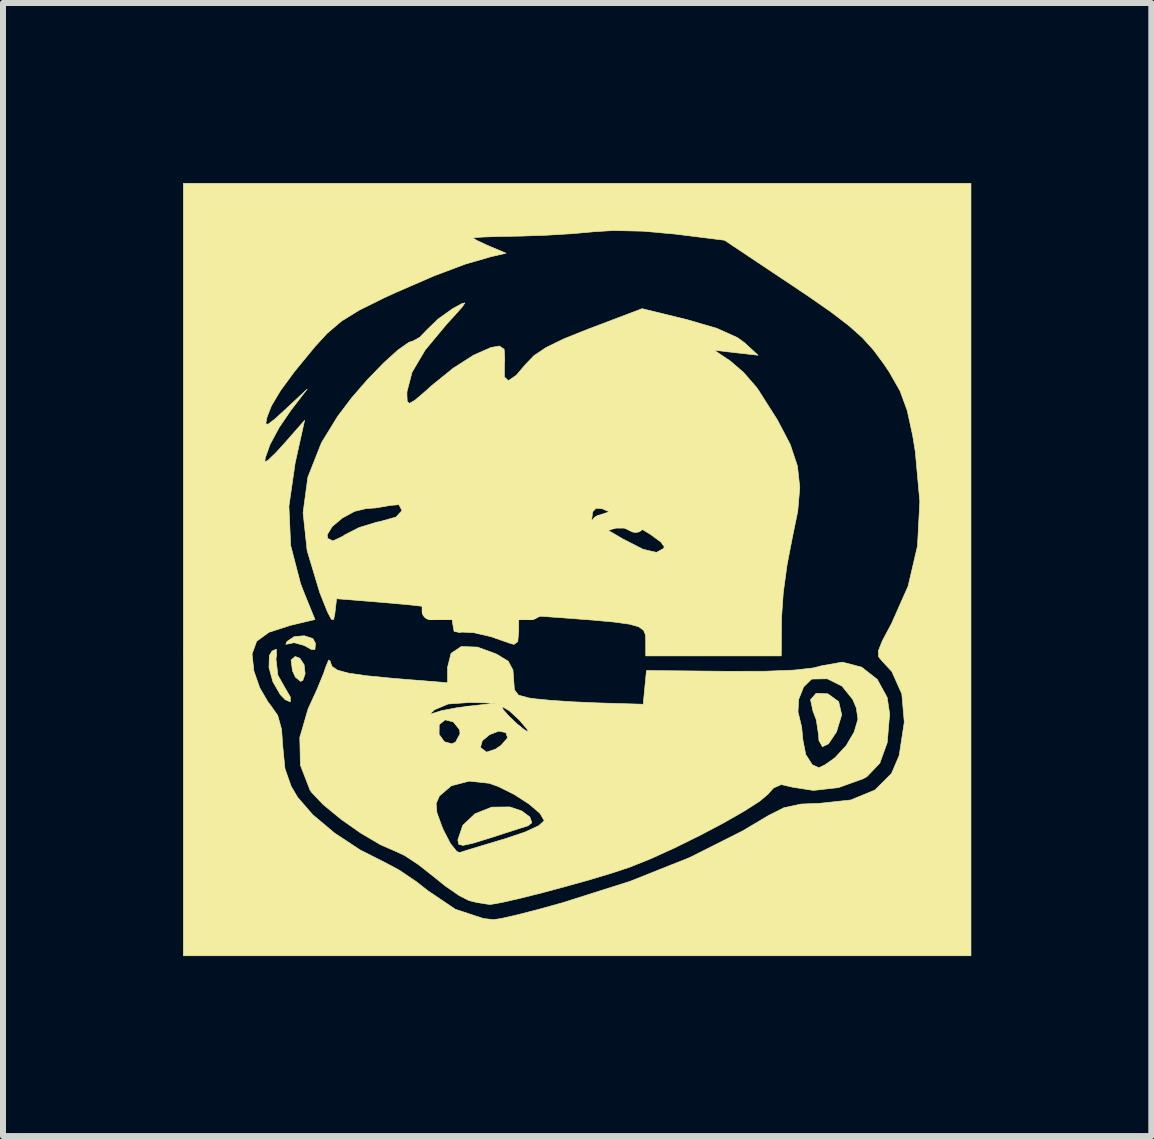
<source format=kicad_pcb>
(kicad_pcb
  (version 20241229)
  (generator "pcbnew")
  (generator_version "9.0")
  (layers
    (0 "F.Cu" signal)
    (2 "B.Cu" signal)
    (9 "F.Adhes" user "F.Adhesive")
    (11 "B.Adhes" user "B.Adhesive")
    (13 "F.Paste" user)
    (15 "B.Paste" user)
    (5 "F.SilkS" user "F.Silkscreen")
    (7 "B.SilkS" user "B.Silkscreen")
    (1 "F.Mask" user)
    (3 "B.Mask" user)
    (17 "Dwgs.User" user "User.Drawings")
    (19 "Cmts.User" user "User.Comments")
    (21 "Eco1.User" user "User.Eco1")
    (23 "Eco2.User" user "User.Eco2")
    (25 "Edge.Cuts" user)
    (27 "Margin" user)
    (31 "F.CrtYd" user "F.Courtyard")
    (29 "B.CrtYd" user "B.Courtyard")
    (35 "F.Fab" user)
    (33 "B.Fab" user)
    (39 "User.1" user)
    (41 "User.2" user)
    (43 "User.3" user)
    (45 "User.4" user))
  (footprint "LoGo"
    (layer "F.Cu")
    (at 6.524 6.44)
    (property "Reference" "LoGo" (at 0 0 0) (layer "F.SilkS") (effects (font (size 1.524 1.524) (thickness 0.3))))
    (attr through_hole)
    (fp_poly (pts (xy -4.578 1.478) (xy -4.507 1.586) (xy -4.49 1.737) (xy -4.529 1.847) (xy -4.566 1.863) (xy -4.652 1.793) (xy -4.701 1.687) (xy -4.724 1.508) (xy -4.656 1.448) (xy -4.578 1.478)) (stroke (width 0.01) (type solid)) (fill yes) (layer "F.SilkS"))
    (fp_poly (pts (xy -4.361 1.15) (xy -4.318 1.228) (xy -4.326 1.331) (xy -4.385 1.332) (xy -4.509 1.263) (xy -4.675 1.218) (xy -4.755 1.236) (xy -4.812 1.245) (xy -4.792 1.198) (xy -4.671 1.117) (xy -4.503 1.103) (xy -4.361 1.15)) (stroke (width 0.01) (type solid)) (fill yes) (layer "F.SilkS"))
    (fp_poly (pts (xy -4.965 1.427) (xy -4.976 1.487) (xy -4.944 1.761) (xy -4.835 1.954) (xy -4.737 2.123) (xy -4.737 2.204) (xy -4.821 2.169) (xy -4.904 2.083) (xy -5.027 1.87) (xy -5.092 1.632) (xy -5.086 1.433) (xy -5.042 1.358) (xy -4.97 1.326) (xy -4.965 1.427)) (stroke (width 0.01) (type solid)) (fill yes) (layer "F.SilkS"))
    (fp_poly (pts (xy 4.22 2.07) (xy 4.4 2.201) (xy 4.45 2.42) (xy 4.365 2.701) (xy 4.363 2.705) (xy 4.231 2.903) (xy 4.129 2.952) (xy 4.071 2.848) (xy 4.064 2.746) (xy 4.027 2.504) (xy 3.971 2.356) (xy 3.931 2.168) (xy 4.024 2.062) (xy 4.22 2.07)) (stroke (width 0.01) (type solid)) (fill yes) (layer "F.SilkS"))
    (fp_poly (pts (xy -0.879 4.023) (xy -0.746 4.122) (xy -0.712 4.218) (xy -0.774 4.268) (xy -0.911 4.311) (xy -1.153 4.389) (xy -1.418 4.475) (xy -1.702 4.562) (xy -1.861 4.596) (xy -1.93 4.578) (xy -1.945 4.509) (xy -1.945 4.503) (xy -1.863 4.261) (xy -1.66 4.069) (xy -1.381 3.958) (xy -1.078 3.955) (xy -0.879 4.023)) (stroke (width 0.01) (type solid)) (fill yes) (layer "F.SilkS"))
    (fp_poly (pts (xy 6.604 6.435) (xy -6.519 6.435) (xy -6.519 1.407) (xy -5.374 1.407) (xy -5.344 1.69) (xy -5.246 1.971) (xy -5.104 2.214) (xy -5.07 2.255) (xy -4.947 2.43) (xy -4.883 2.66) (xy -4.862 2.951) (xy -4.826 3.318) (xy -4.723 3.611) (xy -4.616 3.793) (xy -4.362 4.086) (xy -3.997 4.392) (xy -3.573 4.672) (xy -3.161 4.88) (xy -2.922 5.008) (xy -2.635 5.202) (xy -2.445 5.351) (xy -1.987 5.66) (xy -1.52 5.814) (xy -1.351 5.833) (xy -1.223 5.814) (xy -0.968 5.756) (xy -0.624 5.668) (xy -0.226 5.558) (xy -0.208 5.553) (xy 0.924 5.194) (xy 1.918 4.798) (xy 2.802 4.353) (xy 3.232 4.097) (xy 3.488 3.968) (xy 3.775 3.907) (xy 4.076 3.895) (xy 4.602 3.839) (xy 5.004 3.673) (xy 5.28 3.398) (xy 5.408 3.098) (xy 5.493 2.542) (xy 5.452 2.072) (xy 5.286 1.7) (xy 5.127 1.528) (xy 5.065 1.454) (xy 5.061 1.354) (xy 5.126 1.19) (xy 5.269 0.921) (xy 5.281 0.899) (xy 5.557 0.276) (xy 5.713 -0.393) (xy 5.752 -1.134) (xy 5.676 -1.97) (xy 5.632 -2.238) (xy 5.542 -2.65) (xy 5.423 -2.975) (xy 5.241 -3.294) (xy 5.143 -3.439) (xy 4.976 -3.663) (xy 4.795 -3.863) (xy 4.571 -4.063) (xy 4.276 -4.289) (xy 3.879 -4.565) (xy 3.636 -4.728) (xy 2.498 -5.487) (xy 1.674 -5.59) (xy 1.14 -5.638) (xy 0.645 -5.649) (xy 0.319 -5.629) (xy -0.029 -5.597) (xy -0.462 -5.571) (xy -0.893 -5.556) (xy -0.953 -5.555) (xy -1.283 -5.549) (xy -1.537 -5.54) (xy -1.678 -5.529) (xy -1.693 -5.525) (xy -1.624 -5.482) (xy -1.454 -5.403) (xy -1.418 -5.387) (xy -1.143 -5.271) (xy -1.397 -5.212) (xy -1.822 -5.089) (xy -2.345 -4.892) (xy -2.985 -4.614) (xy -3.175 -4.527) (xy -3.583 -4.325) (xy -3.882 -4.141) (xy -4.123 -3.936) (xy -4.324 -3.717) (xy -4.665 -3.302) (xy -4.901 -2.981) (xy -5.051 -2.729) (xy -5.125 -2.54) (xy -5.146 -2.434) (xy -5.111 -2.419) (xy -4.998 -2.505) (xy -4.82 -2.667) (xy -4.457 -3.006) (xy -4.724 -2.658) (xy -4.922 -2.368) (xy -5.074 -2.085) (xy -5.155 -1.86) (xy -5.161 -1.794) (xy -5.109 -1.82) (xy -4.978 -1.946) (xy -4.828 -2.111) (xy -4.499 -2.486) (xy -4.657 -1.772) (xy -4.76 -1.056) (xy -4.731 -0.402) (xy -4.565 0.238) (xy -4.504 0.395) (xy -4.326 0.832) (xy -4.739 0.931) (xy -5.093 1.045) (xy -5.298 1.195) (xy -5.374 1.407) (xy -6.519 1.407) (xy -6.519 -6.435) (xy 6.604 -6.435) (xy 6.604 6.435)) (stroke (width 0.01) (type solid)) (fill yes) (layer "F.SilkS"))
    (fp_poly (pts (xy -1.878 -4.369) (xy -2.034 -4.195) (xy -2.129 -4.092) (xy -2.49 -3.658) (xy -2.709 -3.287) (xy -2.793 -2.964) (xy -2.794 -2.917) (xy -2.789 -2.803) (xy -2.754 -2.768) (xy -2.661 -2.821) (xy -2.483 -2.973) (xy -2.374 -3.071) (xy -2.023 -3.355) (xy -1.684 -3.572) (xy -1.395 -3.7) (xy -1.253 -3.725) (xy -1.174 -3.671) (xy -1.163 -3.49) (xy -1.169 -3.429) (xy -1.17 -3.21) (xy -1.104 -3.147) (xy -0.97 -3.239) (xy -0.824 -3.411) (xy -0.681 -3.561) (xy -0.477 -3.699) (xy -0.178 -3.845) (xy 0.25 -4.016) (xy 0.257 -4.018) (xy 1.124 -4.347) (xy 1.867 -4.166) (xy 2.368 -4.02) (xy 2.713 -3.865) (xy 2.833 -3.778) (xy 3.057 -3.571) (xy 2.692 -3.612) (xy 2.328 -3.654) (xy 2.593 -3.476) (xy 2.814 -3.286) (xy 3.028 -3.04) (xy 3.068 -2.983) (xy 3.381 -2.49) (xy 3.593 -2.084) (xy 3.713 -1.724) (xy 3.752 -1.367) (xy 3.718 -0.973) (xy 3.623 -0.508) (xy 3.54 -0.079) (xy 3.477 0.384) (xy 3.449 0.788) (xy 3.448 0.826) (xy 3.443 1.439) (xy 1.185 1.439) (xy 1.185 1.191) (xy 1.18 1.086) (xy 1.148 1.009) (xy 1.065 0.952) (xy 0.909 0.909) (xy 0.654 0.874) (xy 0.278 0.84) (xy -0.233 0.802) (xy -0.931 0.75) (xy -0.931 1.019) (xy -0.947 1.2) (xy -1.01 1.247) (xy -1.079 1.228) (xy -1.397 1.117) (xy -1.684 1.051) (xy -1.883 1.042) (xy -1.913 1.05) (xy -2.008 1.029) (xy -2.032 0.897) (xy -2.045 0.796) (xy -2.102 0.721) (xy -2.228 0.666) (xy -2.449 0.622) (xy -2.789 0.584) (xy -3.234 0.545) (xy -3.966 0.486) (xy -3.994 0.73) (xy -4.015 0.833) (xy -4.053 0.829) (xy -4.12 0.701) (xy -4.227 0.432) (xy -4.247 0.381) (xy -4.457 -0.317) (xy -4.485 -0.581) (xy -4.122 -0.581) (xy -4.114 -0.52) (xy -4.026 -0.477) (xy -3.864 -0.554) (xy -3.825 -0.581) (xy -3.591 -0.7) (xy -3.3 -0.789) (xy -3.239 -0.801) (xy -3.171 -0.82) (xy 0.284 -0.82) (xy 0.313 -0.784) (xy 0.418 -0.731) (xy 0.619 -0.618) (xy 0.804 -0.51) (xy 1.14 -0.338) (xy 1.363 -0.286) (xy 1.482 -0.351) (xy 1.494 -0.381) (xy 1.438 -0.458) (xy 1.264 -0.586) (xy 1.008 -0.742) (xy 0.938 -0.78) (xy 0.642 -0.935) (xy 0.46 -1.013) (xy 0.36 -1.022) (xy 0.308 -0.972) (xy 0.299 -0.951) (xy 0.284 -0.82) (xy -3.171 -0.82) (xy -2.976 -0.875) (xy -2.879 -0.98) (xy -2.879 -0.991) (xy -2.928 -1.081) (xy -3.069 -1.069) (xy -3.313 -1.027) (xy -3.471 -1.017) (xy -3.666 -0.97) (xy -3.871 -0.858) (xy -4.038 -0.717) (xy -4.122 -0.581) (xy -4.485 -0.581) (xy -4.524 -0.947) (xy -4.445 -1.538) (xy -4.217 -2.115) (xy -3.945 -2.557) (xy -3.714 -2.862) (xy -3.45 -3.166) (xy -3.183 -3.441) (xy -2.944 -3.658) (xy -2.76 -3.787) (xy -2.688 -3.81) (xy -2.581 -3.87) (xy -2.455 -4) (xy -2.276 -4.173) (xy -2.043 -4.34) (xy -2.02 -4.354) (xy -1.877 -4.432) (xy -1.828 -4.443) (xy -1.878 -4.369)) (stroke (width 0.01) (type solid)) (fill yes) (layer "F.SilkS"))
    (fp_poly (pts (xy -1.617 1.292) (xy -1.304 1.407) (xy -1.107 1.526) (xy -1.027 1.674) (xy -1.016 1.825) (xy -1.003 2.003) (xy -0.934 2.093) (xy -0.762 2.139) (xy -0.656 2.154) (xy -0.397 2.179) (xy -0.039 2.203) (xy 0.35 2.22) (xy 0.423 2.223) (xy 1.143 2.244) (xy 1.17 1.963) (xy 1.197 1.682) (xy 2.525 1.695) (xy 3.174 1.694) (xy 3.659 1.675) (xy 3.984 1.638) (xy 4.113 1.604) (xy 4.461 1.542) (xy 4.783 1.626) (xy 5.043 1.83) (xy 5.208 2.131) (xy 5.249 2.404) (xy 5.209 2.883) (xy 5.085 3.226) (xy 4.872 3.449) (xy 4.806 3.486) (xy 4.397 3.633) (xy 3.978 3.68) (xy 3.637 3.627) (xy 3.443 3.582) (xy 3.313 3.64) (xy 3.22 3.745) (xy 3.08 3.862) (xy 2.82 4.028) (xy 2.474 4.226) (xy 2.076 4.435) (xy 1.663 4.639) (xy 1.269 4.818) (xy 0.928 4.955) (xy 0.909 4.962) (xy 0.623 5.056) (xy 0.259 5.166) (xy -0.145 5.279) (xy -0.55 5.388) (xy -0.919 5.48) (xy -1.213 5.547) (xy -1.394 5.579) (xy -1.42 5.58) (xy -1.621 5.549) (xy -1.758 5.516) (xy -1.923 5.432) (xy -2.155 5.272) (xy -2.352 5.113) (xy -2.602 4.916) (xy -2.833 4.764) (xy -2.965 4.702) (xy -3.234 4.585) (xy -3.56 4.393) (xy -3.892 4.16) (xy -4.182 3.922) (xy -4.206 3.898) (xy -2.307 3.898) (xy -2.294 4.051) (xy -2.208 4.287) (xy -2.184 4.343) (xy -2.069 4.565) (xy -1.963 4.697) (xy -1.914 4.715) (xy -1.793 4.676) (xy -1.555 4.604) (xy -1.247 4.511) (xy -1.164 4.487) (xy -0.825 4.373) (xy -0.598 4.268) (xy -0.508 4.185) (xy -0.508 4.18) (xy -0.578 4.061) (xy -0.759 3.907) (xy -1.004 3.748) (xy -1.268 3.616) (xy -1.423 3.561) (xy -1.758 3.525) (xy -2.054 3.603) (xy -2.252 3.772) (xy -2.307 3.898) (xy -4.206 3.898) (xy -4.38 3.715) (xy -4.408 3.675) (xy -4.569 3.259) (xy -4.575 2.958) (xy -1.568 2.958) (xy -1.563 2.969) (xy -1.468 3.042) (xy -1.32 2.993) (xy -1.223 2.927) (xy -1.116 2.803) (xy -1.146 2.716) (xy -1.263 2.692) (xy -1.415 2.75) (xy -1.538 2.852) (xy -1.568 2.958) (xy -4.575 2.958) (xy -4.579 2.796) (xy -4.564 2.746) (xy -2.258 2.746) (xy -2.17 2.869) (xy -2.043 2.903) (xy -1.983 2.874) (xy -1.909 2.736) (xy -1.917 2.667) (xy -2.022 2.538) (xy -2.158 2.504) (xy -2.256 2.584) (xy -2.256 2.585) (xy -2.258 2.746) (xy -4.564 2.746) (xy -4.466 2.409) (xy -2.412 2.409) (xy -2.371 2.399) (xy -2.218 2.351) (xy -1.964 2.303) (xy -1.837 2.286) (xy -1.205 2.286) (xy -1.191 2.333) (xy -1.094 2.442) (xy -0.959 2.571) (xy -0.832 2.673) (xy -0.768 2.707) (xy -0.795 2.655) (xy -0.906 2.525) (xy -0.931 2.498) (xy -1.063 2.375) (xy 3.722 2.375) (xy 3.734 2.419) (xy 3.783 2.625) (xy 3.804 2.841) (xy 3.851 3.081) (xy 3.96 3.252) (xy 4.07 3.302) (xy 4.169 3.255) (xy 4.332 3.14) (xy 4.337 3.136) (xy 4.525 2.933) (xy 4.658 2.706) (xy 4.721 2.492) (xy 4.693 2.302) (xy 4.634 2.164) (xy 4.456 1.942) (xy 4.211 1.82) (xy 3.959 1.824) (xy 3.942 1.831) (xy 3.816 1.955) (xy 3.733 2.164) (xy 3.722 2.375) (xy -1.063 2.375) (xy -1.086 2.354) (xy -1.198 2.287) (xy -1.205 2.286) (xy -1.837 2.286) (xy -1.778 2.278) (xy -1.312 2.226) (xy -1.741 2.214) (xy -2.107 2.24) (xy -2.333 2.335) (xy -2.412 2.409) (xy -4.466 2.409) (xy -4.439 2.317) (xy -4.415 2.266) (xy -4.286 1.984) (xy -4.181 1.726) (xy -4.149 1.631) (xy -4.099 1.508) (xy -4.072 1.526) (xy -4.071 1.535) (xy -4.043 1.614) (xy -3.95 1.676) (xy -3.77 1.725) (xy -3.477 1.768) (xy -3.049 1.81) (xy -2.856 1.826) (xy -2.117 1.886) (xy -2.117 1.629) (xy -2.058 1.395) (xy -1.888 1.282) (xy -1.617 1.292)) (stroke (width 0.01) (type solid)) (fill yes) (layer "F.SilkS")))
  (gr_rect
    (start -3 -3)
    (end 16.133 15.879)
    (stroke (width 0.1) (type default))
    (fill no)
    (layer "Edge.Cuts")))
</source>
